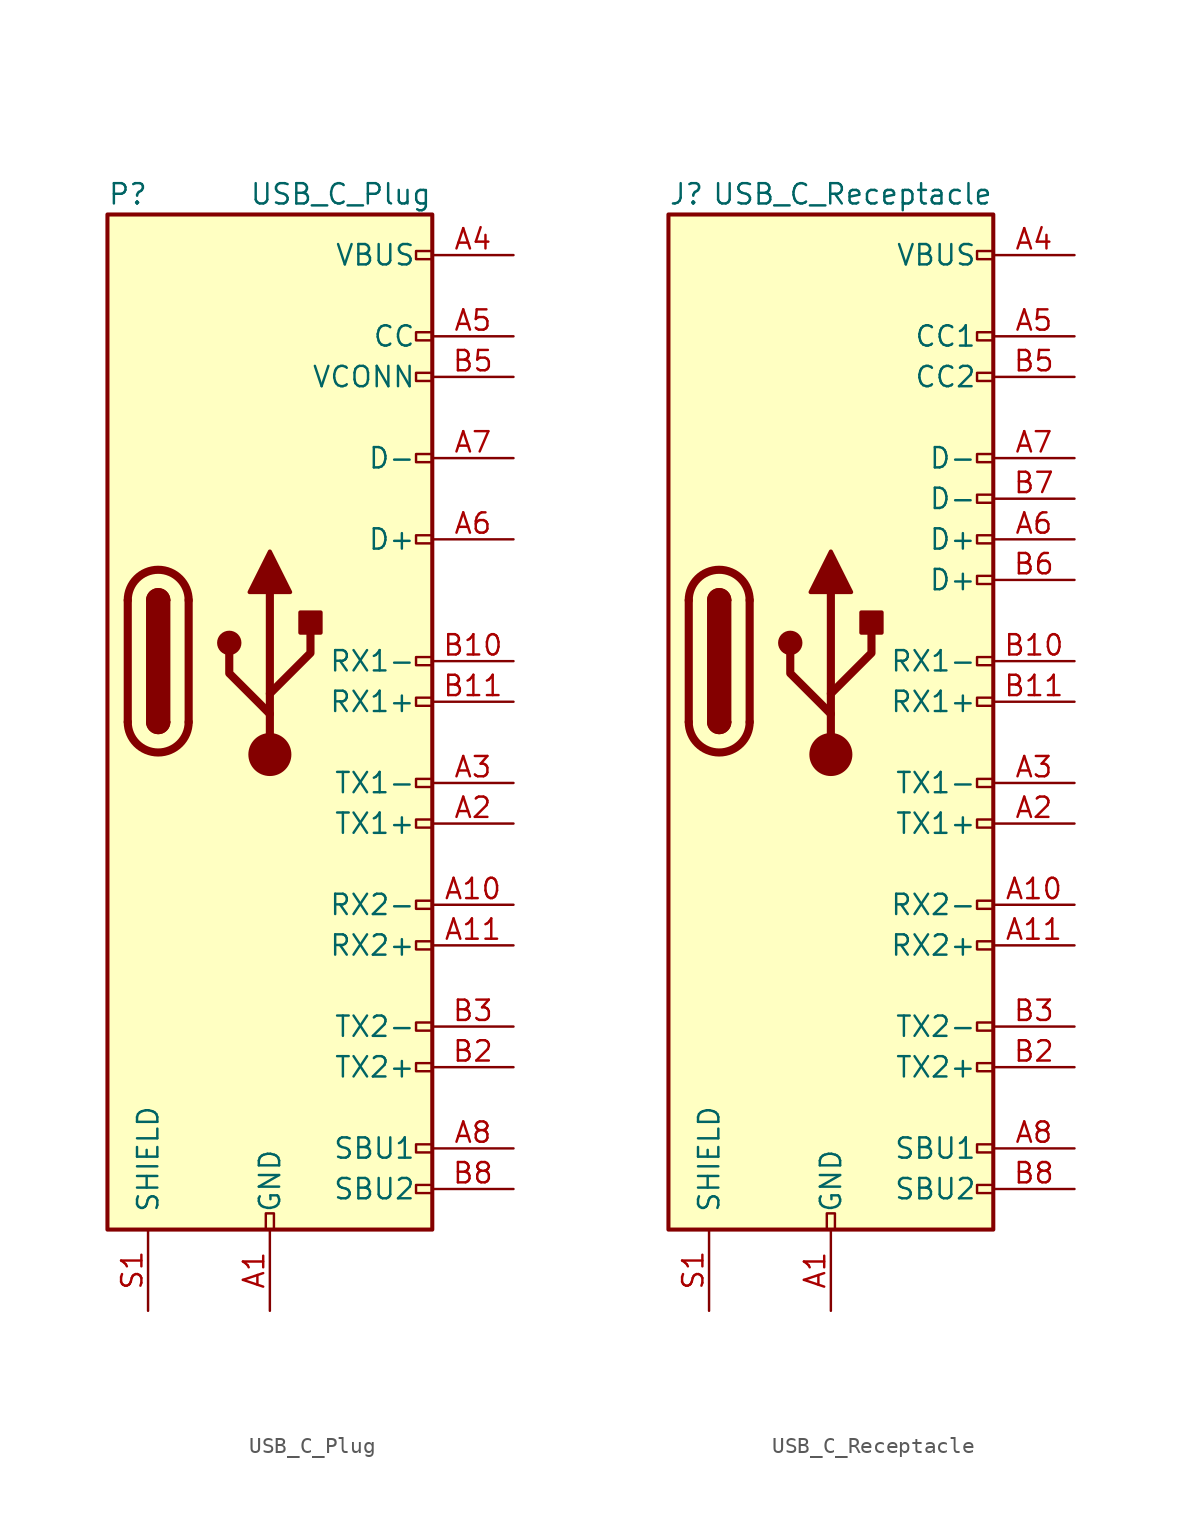
<source format=kicad_sym>
(kicad_symbol_lib
  (version 20211014)
  (generator kicad_symbol_editor)
  (symbol "USB_C_Plug"
    (pin_names
      (offset 1.016))
    (property "Reference" "P"
      (at -10.16 29.21 0)
      (effects (font (size 1.27 1.27)) (justify left)))
    (property "Value" "USB_C_Plug"
      (at 10.16 29.21 0)
      (effects (font (size 1.27 1.27)) (justify right)))
    (symbol "USB_C_Plug_0_0"
      (rectangle (start -0.254 -35.56) (end 0.254 -34.544) (stroke (width 0) (type default) (color 0 0 0 0)) (fill (type none)))
      (rectangle (start 10.16 -32.766) (end 9.144 -33.274) (stroke (width 0) (type default) (color 0 0 0 0)) (fill (type none)))
      (rectangle (start 10.16 -30.226) (end 9.144 -30.734) (stroke (width 0) (type default) (color 0 0 0 0)) (fill (type none)))
      (rectangle (start 10.16 -25.146) (end 9.144 -25.654) (stroke (width 0) (type default) (color 0 0 0 0)) (fill (type none)))
      (rectangle (start 10.16 -22.606) (end 9.144 -23.114) (stroke (width 0) (type default) (color 0 0 0 0)) (fill (type none)))
      (rectangle (start 10.16 -17.526) (end 9.144 -18.034) (stroke (width 0) (type default) (color 0 0 0 0)) (fill (type none)))
      (rectangle (start 10.16 -14.986) (end 9.144 -15.494) (stroke (width 0) (type default) (color 0 0 0 0)) (fill (type none)))
      (rectangle (start 10.16 -9.906) (end 9.144 -10.414) (stroke (width 0) (type default) (color 0 0 0 0)) (fill (type none)))
      (rectangle (start 10.16 -7.366) (end 9.144 -7.874) (stroke (width 0) (type default) (color 0 0 0 0)) (fill (type none)))
      (rectangle (start 10.16 -2.286) (end 9.144 -2.794) (stroke (width 0) (type default) (color 0 0 0 0)) (fill (type none)))
      (rectangle (start 10.16 0.254) (end 9.144 -0.254) (stroke (width 0) (type default) (color 0 0 0 0)) (fill (type none)))
      (rectangle (start 10.16 7.874) (end 9.144 7.366) (stroke (width 0) (type default) (color 0 0 0 0)) (fill (type none)))
      (rectangle (start 10.16 12.954) (end 9.144 12.446) (stroke (width 0) (type default) (color 0 0 0 0)) (fill (type none)))
      (rectangle (start 10.16 18.034) (end 9.144 17.526) (stroke (width 0) (type default) (color 0 0 0 0)) (fill (type none)))
      (rectangle (start 10.16 20.574) (end 9.144 20.066) (stroke (width 0) (type default) (color 0 0 0 0)) (fill (type none)))
      (rectangle (start 10.16 25.654) (end 9.144 25.146) (stroke (width 0) (type default) (color 0 0 0 0)) (fill (type none))))
    (symbol "USB_C_Plug_0_1"
      (rectangle (start -10.16 27.94) (end 10.16 -35.56) (stroke (width 0.254) (type default) (color 0 0 0 0)) (fill (type background)))
      (arc (start -8.89 -3.81) (mid -6.985 -5.715) (end -5.08 -3.81) (stroke (width 0.508) (type default) (color 0 0 0 0)) (fill (type none)))
      (arc (start -7.62 -3.81) (mid -6.985 -4.445) (end -6.35 -3.81) (stroke (width 0.254) (type default) (color 0 0 0 0)) (fill (type none)))
      (arc (start -7.62 -3.81) (mid -6.985 -4.445) (end -6.35 -3.81) (stroke (width 0.254) (type default) (color 0 0 0 0)) (fill (type outline)))
      (rectangle (start -7.62 -3.81) (end -6.35 3.81) (stroke (width 0.254) (type default) (color 0 0 0 0)) (fill (type outline)))
      (arc (start -6.35 3.81) (mid -6.985 4.445) (end -7.62 3.81) (stroke (width 0.254) (type default) (color 0 0 0 0)) (fill (type none)))
      (arc (start -6.35 3.81) (mid -6.985 4.445) (end -7.62 3.81) (stroke (width 0.254) (type default) (color 0 0 0 0)) (fill (type outline)))
      (arc (start -5.08 3.81) (mid -6.985 5.715) (end -8.89 3.81) (stroke (width 0.508) (type default) (color 0 0 0 0)) (fill (type none)))
      (polyline (pts (xy -8.89 -3.81) (xy -8.89 3.81)) (stroke (width 0.508) (type default) (color 0 0 0 0)) (fill (type none)))
      (polyline (pts (xy -5.08 3.81) (xy -5.08 -3.81)) (stroke (width 0.508) (type default) (color 0 0 0 0)) (fill (type none))))
    (symbol "USB_C_Plug_1_1"
      (circle (center -2.54 1.143) (radius 0.635) (stroke (width 0.254) (type default) (color 0 0 0 0)) (fill (type outline)))
      (circle (center 0 -5.842) (radius 1.27) (stroke (width 0) (type default) (color 0 0 0 0)) (fill (type outline)))
      (polyline (pts (xy 0 -5.842) (xy 0 4.318)) (stroke (width 0.508) (type default) (color 0 0 0 0)) (fill (type none)))
      (polyline (pts (xy 0 -3.302) (xy -2.54 -0.762) (xy -2.54 0.508)) (stroke (width 0.508) (type default) (color 0 0 0 0)) (fill (type none)))
      (polyline (pts (xy 0 -2.032) (xy 2.54 0.508) (xy 2.54 1.778)) (stroke (width 0.508) (type default) (color 0 0 0 0)) (fill (type none)))
      (polyline (pts (xy -1.27 4.318) (xy 0 6.858) (xy 1.27 4.318) (xy -1.27 4.318)) (stroke (width 0.254) (type default) (color 0 0 0 0)) (fill (type outline)))
      (rectangle (start 1.905 1.778) (end 3.175 3.048) (stroke (width 0.254) (type default) (color 0 0 0 0)) (fill (type outline)))
      (pin power_in line (at 0 -40.64 90) (length 5.08) (name "GND" (effects (font (size 1.27 1.27)))) (number "A1" (effects (font (size 1.27 1.27)))))
      (pin bidirectional line (at 15.24 -15.24 180) (length 5.08) (name "RX2-" (effects (font (size 1.27 1.27)))) (number "A10" (effects (font (size 1.27 1.27)))))
      (pin bidirectional line (at 15.24 -17.78 180) (length 5.08) (name "RX2+" (effects (font (size 1.27 1.27)))) (number "A11" (effects (font (size 1.27 1.27)))))
      (pin passive line (at 0 -40.64 90) (length 5.08) hide (name "GND" (effects (font (size 1.27 1.27)))) (number "A12" (effects (font (size 1.27 1.27)))))
      (pin bidirectional line (at 15.24 -10.16 180) (length 5.08) (name "TX1+" (effects (font (size 1.27 1.27)))) (number "A2" (effects (font (size 1.27 1.27)))))
      (pin bidirectional line (at 15.24 -7.62 180) (length 5.08) (name "TX1-" (effects (font (size 1.27 1.27)))) (number "A3" (effects (font (size 1.27 1.27)))))
      (pin power_in line (at 15.24 25.4 180) (length 5.08) (name "VBUS" (effects (font (size 1.27 1.27)))) (number "A4" (effects (font (size 1.27 1.27)))))
      (pin bidirectional line (at 15.24 20.32 180) (length 5.08) (name "CC" (effects (font (size 1.27 1.27)))) (number "A5" (effects (font (size 1.27 1.27)))))
      (pin bidirectional line (at 15.24 7.62 180) (length 5.08) (name "D+" (effects (font (size 1.27 1.27)))) (number "A6" (effects (font (size 1.27 1.27)))))
      (pin bidirectional line (at 15.24 12.7 180) (length 5.08) (name "D-" (effects (font (size 1.27 1.27)))) (number "A7" (effects (font (size 1.27 1.27)))))
      (pin bidirectional line (at 15.24 -30.48 180) (length 5.08) (name "SBU1" (effects (font (size 1.27 1.27)))) (number "A8" (effects (font (size 1.27 1.27)))))
      (pin passive line (at 15.24 25.4 180) (length 5.08) hide (name "VBUS" (effects (font (size 1.27 1.27)))) (number "A9" (effects (font (size 1.27 1.27)))))
      (pin passive line (at 0 -40.64 90) (length 5.08) hide (name "GND" (effects (font (size 1.27 1.27)))) (number "B1" (effects (font (size 1.27 1.27)))))
      (pin bidirectional line (at 15.24 0 180) (length 5.08) (name "RX1-" (effects (font (size 1.27 1.27)))) (number "B10" (effects (font (size 1.27 1.27)))))
      (pin bidirectional line (at 15.24 -2.54 180) (length 5.08) (name "RX1+" (effects (font (size 1.27 1.27)))) (number "B11" (effects (font (size 1.27 1.27)))))
      (pin passive line (at 0 -40.64 90) (length 5.08) hide (name "GND" (effects (font (size 1.27 1.27)))) (number "B12" (effects (font (size 1.27 1.27)))))
      (pin bidirectional line (at 15.24 -25.4 180) (length 5.08) (name "TX2+" (effects (font (size 1.27 1.27)))) (number "B2" (effects (font (size 1.27 1.27)))))
      (pin bidirectional line (at 15.24 -22.86 180) (length 5.08) (name "TX2-" (effects (font (size 1.27 1.27)))) (number "B3" (effects (font (size 1.27 1.27)))))
      (pin passive line (at 15.24 25.4 180) (length 5.08) hide (name "VBUS" (effects (font (size 1.27 1.27)))) (number "B4" (effects (font (size 1.27 1.27)))))
      (pin bidirectional line (at 15.24 17.78 180) (length 5.08) (name "VCONN" (effects (font (size 1.27 1.27)))) (number "B5" (effects (font (size 1.27 1.27)))))
      (pin bidirectional line (at 15.24 -33.02 180) (length 5.08) (name "SBU2" (effects (font (size 1.27 1.27)))) (number "B8" (effects (font (size 1.27 1.27)))))
      (pin passive line (at 15.24 25.4 180) (length 5.08) hide (name "VBUS" (effects (font (size 1.27 1.27)))) (number "B9" (effects (font (size 1.27 1.27)))))
      (pin passive line (at -7.62 -40.64 90) (length 5.08) (name "SHIELD" (effects (font (size 1.27 1.27)))) (number "S1" (effects (font (size 1.27 1.27)))))))
  (symbol "USB_C_Receptacle"
    (pin_names
      (offset 1.016))
    (property "Reference" "J"
      (at -10.16 29.21 0)
      (effects (font (size 1.27 1.27)) (justify left)))
    (property "Value" "USB_C_Receptacle"
      (at 10.16 29.21 0)
      (effects (font (size 1.27 1.27)) (justify right)))
    (symbol "USB_C_Receptacle_0_0"
      (rectangle (start -0.254 -35.56) (end 0.254 -34.544) (stroke (width 0) (type default) (color 0 0 0 0)) (fill (type none)))
      (rectangle (start 10.16 -32.766) (end 9.144 -33.274) (stroke (width 0) (type default) (color 0 0 0 0)) (fill (type none)))
      (rectangle (start 10.16 -30.226) (end 9.144 -30.734) (stroke (width 0) (type default) (color 0 0 0 0)) (fill (type none)))
      (rectangle (start 10.16 -25.146) (end 9.144 -25.654) (stroke (width 0) (type default) (color 0 0 0 0)) (fill (type none)))
      (rectangle (start 10.16 -22.606) (end 9.144 -23.114) (stroke (width 0) (type default) (color 0 0 0 0)) (fill (type none)))
      (rectangle (start 10.16 -17.526) (end 9.144 -18.034) (stroke (width 0) (type default) (color 0 0 0 0)) (fill (type none)))
      (rectangle (start 10.16 -14.986) (end 9.144 -15.494) (stroke (width 0) (type default) (color 0 0 0 0)) (fill (type none)))
      (rectangle (start 10.16 -9.906) (end 9.144 -10.414) (stroke (width 0) (type default) (color 0 0 0 0)) (fill (type none)))
      (rectangle (start 10.16 -7.366) (end 9.144 -7.874) (stroke (width 0) (type default) (color 0 0 0 0)) (fill (type none)))
      (rectangle (start 10.16 -2.286) (end 9.144 -2.794) (stroke (width 0) (type default) (color 0 0 0 0)) (fill (type none)))
      (rectangle (start 10.16 0.254) (end 9.144 -0.254) (stroke (width 0) (type default) (color 0 0 0 0)) (fill (type none)))
      (rectangle (start 10.16 5.334) (end 9.144 4.826) (stroke (width 0) (type default) (color 0 0 0 0)) (fill (type none)))
      (rectangle (start 10.16 7.874) (end 9.144 7.366) (stroke (width 0) (type default) (color 0 0 0 0)) (fill (type none)))
      (rectangle (start 10.16 10.414) (end 9.144 9.906) (stroke (width 0) (type default) (color 0 0 0 0)) (fill (type none)))
      (rectangle (start 10.16 12.954) (end 9.144 12.446) (stroke (width 0) (type default) (color 0 0 0 0)) (fill (type none)))
      (rectangle (start 10.16 18.034) (end 9.144 17.526) (stroke (width 0) (type default) (color 0 0 0 0)) (fill (type none)))
      (rectangle (start 10.16 20.574) (end 9.144 20.066) (stroke (width 0) (type default) (color 0 0 0 0)) (fill (type none)))
      (rectangle (start 10.16 25.654) (end 9.144 25.146) (stroke (width 0) (type default) (color 0 0 0 0)) (fill (type none))))
    (symbol "USB_C_Receptacle_0_1"
      (rectangle (start -10.16 27.94) (end 10.16 -35.56) (stroke (width 0.254) (type default) (color 0 0 0 0)) (fill (type background)))
      (arc (start -8.89 -3.81) (mid -6.985 -5.715) (end -5.08 -3.81) (stroke (width 0.508) (type default) (color 0 0 0 0)) (fill (type none)))
      (arc (start -7.62 -3.81) (mid -6.985 -4.445) (end -6.35 -3.81) (stroke (width 0.254) (type default) (color 0 0 0 0)) (fill (type none)))
      (arc (start -7.62 -3.81) (mid -6.985 -4.445) (end -6.35 -3.81) (stroke (width 0.254) (type default) (color 0 0 0 0)) (fill (type outline)))
      (rectangle (start -7.62 -3.81) (end -6.35 3.81) (stroke (width 0.254) (type default) (color 0 0 0 0)) (fill (type outline)))
      (arc (start -6.35 3.81) (mid -6.985 4.445) (end -7.62 3.81) (stroke (width 0.254) (type default) (color 0 0 0 0)) (fill (type none)))
      (arc (start -6.35 3.81) (mid -6.985 4.445) (end -7.62 3.81) (stroke (width 0.254) (type default) (color 0 0 0 0)) (fill (type outline)))
      (arc (start -5.08 3.81) (mid -6.985 5.715) (end -8.89 3.81) (stroke (width 0.508) (type default) (color 0 0 0 0)) (fill (type none)))
      (polyline (pts (xy -8.89 -3.81) (xy -8.89 3.81)) (stroke (width 0.508) (type default) (color 0 0 0 0)) (fill (type none)))
      (polyline (pts (xy -5.08 3.81) (xy -5.08 -3.81)) (stroke (width 0.508) (type default) (color 0 0 0 0)) (fill (type none))))
    (symbol "USB_C_Receptacle_1_1"
      (circle (center -2.54 1.143) (radius 0.635) (stroke (width 0.254) (type default) (color 0 0 0 0)) (fill (type outline)))
      (circle (center 0 -5.842) (radius 1.27) (stroke (width 0) (type default) (color 0 0 0 0)) (fill (type outline)))
      (polyline (pts (xy 0 -5.842) (xy 0 4.318)) (stroke (width 0.508) (type default) (color 0 0 0 0)) (fill (type none)))
      (polyline (pts (xy 0 -3.302) (xy -2.54 -0.762) (xy -2.54 0.508)) (stroke (width 0.508) (type default) (color 0 0 0 0)) (fill (type none)))
      (polyline (pts (xy 0 -2.032) (xy 2.54 0.508) (xy 2.54 1.778)) (stroke (width 0.508) (type default) (color 0 0 0 0)) (fill (type none)))
      (polyline (pts (xy -1.27 4.318) (xy 0 6.858) (xy 1.27 4.318) (xy -1.27 4.318)) (stroke (width 0.254) (type default) (color 0 0 0 0)) (fill (type outline)))
      (rectangle (start 1.905 1.778) (end 3.175 3.048) (stroke (width 0.254) (type default) (color 0 0 0 0)) (fill (type outline)))
      (pin power_in line (at 0 -40.64 90) (length 5.08) (name "GND" (effects (font (size 1.27 1.27)))) (number "A1" (effects (font (size 1.27 1.27)))))
      (pin bidirectional line (at 15.24 -15.24 180) (length 5.08) (name "RX2-" (effects (font (size 1.27 1.27)))) (number "A10" (effects (font (size 1.27 1.27)))))
      (pin bidirectional line (at 15.24 -17.78 180) (length 5.08) (name "RX2+" (effects (font (size 1.27 1.27)))) (number "A11" (effects (font (size 1.27 1.27)))))
      (pin passive line (at 0 -40.64 90) (length 5.08) hide (name "GND" (effects (font (size 1.27 1.27)))) (number "A12" (effects (font (size 1.27 1.27)))))
      (pin bidirectional line (at 15.24 -10.16 180) (length 5.08) (name "TX1+" (effects (font (size 1.27 1.27)))) (number "A2" (effects (font (size 1.27 1.27)))))
      (pin bidirectional line (at 15.24 -7.62 180) (length 5.08) (name "TX1-" (effects (font (size 1.27 1.27)))) (number "A3" (effects (font (size 1.27 1.27)))))
      (pin power_in line (at 15.24 25.4 180) (length 5.08) (name "VBUS" (effects (font (size 1.27 1.27)))) (number "A4" (effects (font (size 1.27 1.27)))))
      (pin bidirectional line (at 15.24 20.32 180) (length 5.08) (name "CC1" (effects (font (size 1.27 1.27)))) (number "A5" (effects (font (size 1.27 1.27)))))
      (pin bidirectional line (at 15.24 7.62 180) (length 5.08) (name "D+" (effects (font (size 1.27 1.27)))) (number "A6" (effects (font (size 1.27 1.27)))))
      (pin bidirectional line (at 15.24 12.7 180) (length 5.08) (name "D-" (effects (font (size 1.27 1.27)))) (number "A7" (effects (font (size 1.27 1.27)))))
      (pin bidirectional line (at 15.24 -30.48 180) (length 5.08) (name "SBU1" (effects (font (size 1.27 1.27)))) (number "A8" (effects (font (size 1.27 1.27)))))
      (pin passive line (at 15.24 25.4 180) (length 5.08) hide (name "VBUS" (effects (font (size 1.27 1.27)))) (number "A9" (effects (font (size 1.27 1.27)))))
      (pin passive line (at 0 -40.64 90) (length 5.08) hide (name "GND" (effects (font (size 1.27 1.27)))) (number "B1" (effects (font (size 1.27 1.27)))))
      (pin bidirectional line (at 15.24 0 180) (length 5.08) (name "RX1-" (effects (font (size 1.27 1.27)))) (number "B10" (effects (font (size 1.27 1.27)))))
      (pin bidirectional line (at 15.24 -2.54 180) (length 5.08) (name "RX1+" (effects (font (size 1.27 1.27)))) (number "B11" (effects (font (size 1.27 1.27)))))
      (pin passive line (at 0 -40.64 90) (length 5.08) hide (name "GND" (effects (font (size 1.27 1.27)))) (number "B12" (effects (font (size 1.27 1.27)))))
      (pin bidirectional line (at 15.24 -25.4 180) (length 5.08) (name "TX2+" (effects (font (size 1.27 1.27)))) (number "B2" (effects (font (size 1.27 1.27)))))
      (pin bidirectional line (at 15.24 -22.86 180) (length 5.08) (name "TX2-" (effects (font (size 1.27 1.27)))) (number "B3" (effects (font (size 1.27 1.27)))))
      (pin passive line (at 15.24 25.4 180) (length 5.08) hide (name "VBUS" (effects (font (size 1.27 1.27)))) (number "B4" (effects (font (size 1.27 1.27)))))
      (pin bidirectional line (at 15.24 17.78 180) (length 5.08) (name "CC2" (effects (font (size 1.27 1.27)))) (number "B5" (effects (font (size 1.27 1.27)))))
      (pin bidirectional line (at 15.24 5.08 180) (length 5.08) (name "D+" (effects (font (size 1.27 1.27)))) (number "B6" (effects (font (size 1.27 1.27)))))
      (pin bidirectional line (at 15.24 10.16 180) (length 5.08) (name "D-" (effects (font (size 1.27 1.27)))) (number "B7" (effects (font (size 1.27 1.27)))))
      (pin bidirectional line (at 15.24 -33.02 180) (length 5.08) (name "SBU2" (effects (font (size 1.27 1.27)))) (number "B8" (effects (font (size 1.27 1.27)))))
      (pin passive line (at 15.24 25.4 180) (length 5.08) hide (name "VBUS" (effects (font (size 1.27 1.27)))) (number "B9" (effects (font (size 1.27 1.27)))))
      (pin passive line (at -7.62 -40.64 90) (length 5.08) (name "SHIELD" (effects (font (size 1.27 1.27)))) (number "S1" (effects (font (size 1.27 1.27))))))))
</source>
